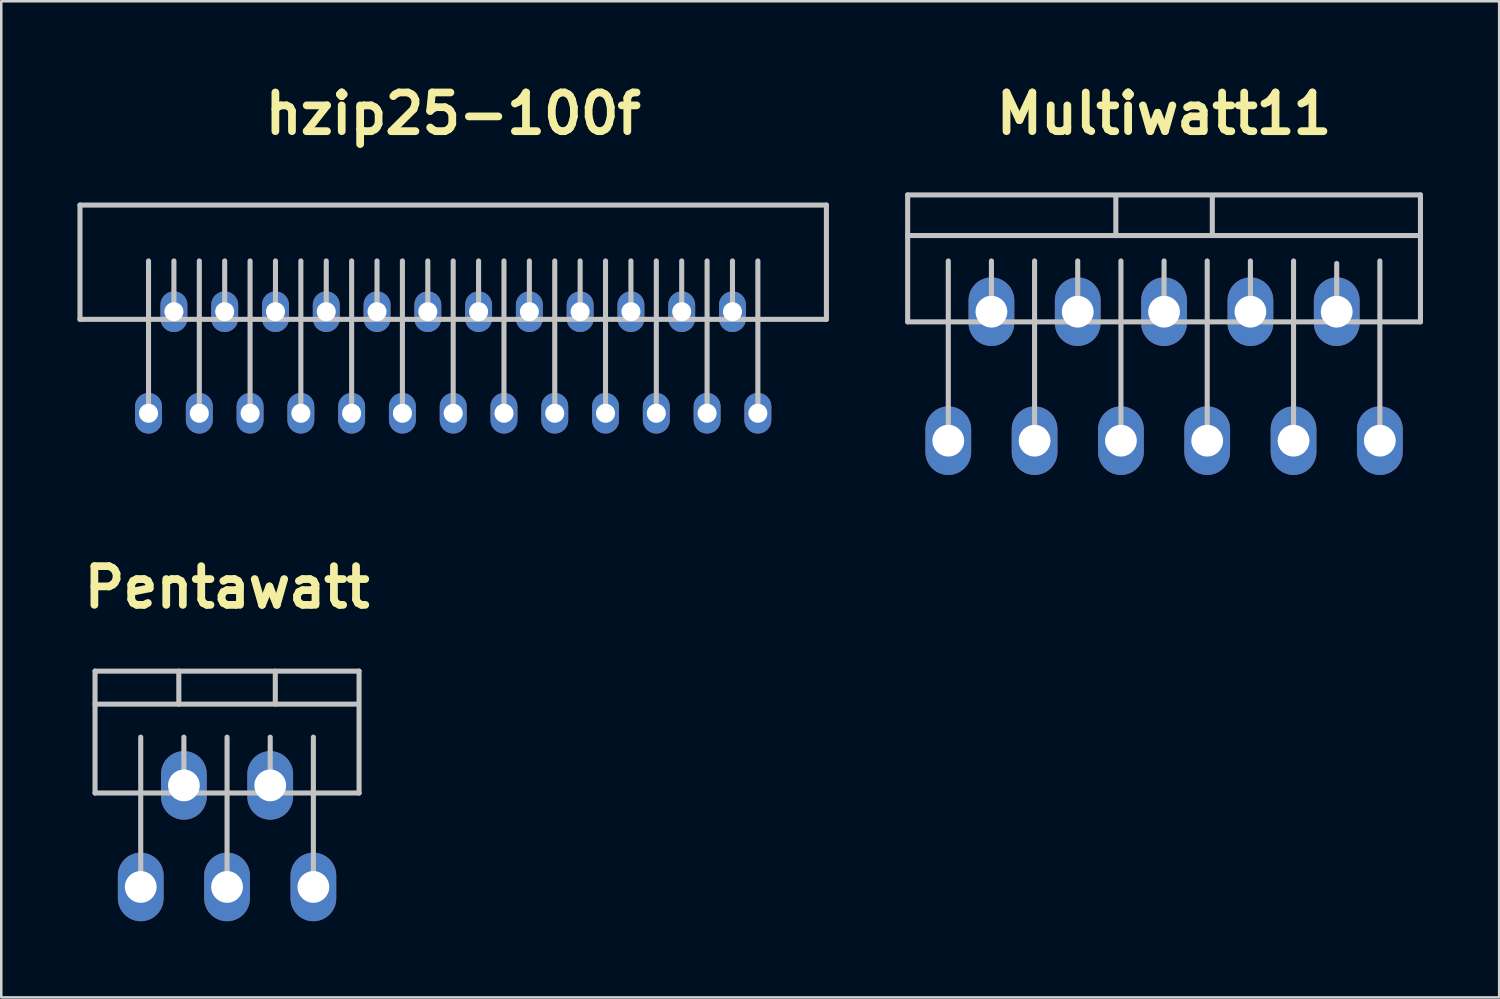
<source format=kicad_pcb>
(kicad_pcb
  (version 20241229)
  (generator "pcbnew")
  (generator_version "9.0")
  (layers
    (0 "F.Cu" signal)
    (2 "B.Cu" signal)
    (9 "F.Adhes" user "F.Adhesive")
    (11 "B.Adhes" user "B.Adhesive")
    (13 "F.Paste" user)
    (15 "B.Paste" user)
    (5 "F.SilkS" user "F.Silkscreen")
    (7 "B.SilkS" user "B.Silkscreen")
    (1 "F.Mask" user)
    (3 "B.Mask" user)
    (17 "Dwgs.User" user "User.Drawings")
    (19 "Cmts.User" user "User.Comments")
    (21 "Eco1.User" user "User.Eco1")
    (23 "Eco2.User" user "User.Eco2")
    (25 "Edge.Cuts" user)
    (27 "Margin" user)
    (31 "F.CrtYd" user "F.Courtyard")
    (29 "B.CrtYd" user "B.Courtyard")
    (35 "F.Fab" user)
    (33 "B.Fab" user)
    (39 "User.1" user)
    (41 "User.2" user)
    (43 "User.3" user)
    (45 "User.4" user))
  (footprint "Multiwatt11"
    (layer "F.Cu")
    (at 42.799 9.227)
    (property "Reference" "Multiwatt11" (at 0 -7.8 0) (layer "F.SilkS") (effects (font (size 1.524 1.524) (thickness 0.305))))
    (attr through_hole)
    (fp_line (start -10.099 -4.6) (end -10.099 0.399) (stroke (width 0.2) (type solid)) (layer "Dwgs.User"))
    (fp_line (start -10.099 0.401) (end 10.099 0.401) (stroke (width 0.2) (type solid)) (layer "Dwgs.User"))
    (fp_line (start -8.499 5.1) (end -8.499 -1.999) (stroke (width 0.2) (type solid)) (layer "Dwgs.User"))
    (fp_line (start -6.8 0) (end -6.8 -1.999) (stroke (width 0.2) (type solid)) (layer "Dwgs.User"))
    (fp_line (start -5.1 5.1) (end -5.1 -1.999) (stroke (width 0.2) (type solid)) (layer "Dwgs.User"))
    (fp_line (start -3.401 0) (end -3.401 -1.999) (stroke (width 0.2) (type solid)) (layer "Dwgs.User"))
    (fp_line (start -1.9 -2.997) (end -1.9 -4.498) (stroke (width 0.2) (type solid)) (layer "Dwgs.User"))
    (fp_line (start -1.699 5.1) (end -1.699 -1.999) (stroke (width 0.2) (type solid)) (layer "Dwgs.User"))
    (fp_line (start 0 0) (end 0 -1.999) (stroke (width 0.2) (type solid)) (layer "Dwgs.User"))
    (fp_line (start 1.699 5.1) (end 1.699 -1.999) (stroke (width 0.2) (type solid)) (layer "Dwgs.User"))
    (fp_line (start 1.9 -4.501) (end 1.9 -3) (stroke (width 0.2) (type solid)) (layer "Dwgs.User"))
    (fp_line (start 3.401 0) (end 3.401 -1.999) (stroke (width 0.2) (type solid)) (layer "Dwgs.User"))
    (fp_line (start 5.1 5.1) (end 5.1 -1.999) (stroke (width 0.2) (type solid)) (layer "Dwgs.User"))
    (fp_line (start 6.8 0) (end 6.8 -1.9) (stroke (width 0.2) (type solid)) (layer "Dwgs.User"))
    (fp_line (start 8.499 5.1) (end 8.499 -1.999) (stroke (width 0.2) (type solid)) (layer "Dwgs.User"))
    (fp_line (start 10.099 -4.6) (end -10.099 -4.6) (stroke (width 0.2) (type solid)) (layer "Dwgs.User"))
    (fp_line (start 10.099 -4.6) (end 10.099 0.399) (stroke (width 0.2) (type solid)) (layer "Dwgs.User"))
    (fp_line (start 10.099 -3) (end -10.099 -3) (stroke (width 0.2) (type solid)) (layer "Dwgs.User"))
    (pad "1" thru_hole oval (at -8.499 5.08) (size 1.801 2.7) (drill 1.25) (layers "*.Cu" "*.Mask"))
    (pad "2" thru_hole oval (at -6.8 0) (size 1.801 2.7) (drill 1.25) (layers "*.Cu" "*.Mask"))
    (pad "3" thru_hole oval (at -5.1 5.08) (size 1.801 2.7) (drill 1.25) (layers "*.Cu" "*.Mask"))
    (pad "4" thru_hole oval (at -3.401 0) (size 1.801 2.7) (drill 1.25) (layers "*.Cu" "*.Mask"))
    (pad "5" thru_hole oval (at -1.699 5.08) (size 1.801 2.7) (drill 1.25) (layers "*.Cu" "*.Mask"))
    (pad "6" thru_hole oval (at 0 0) (size 1.801 2.7) (drill 1.25) (layers "*.Cu" "*.Mask"))
    (pad "7" thru_hole oval (at 1.699 5.08) (size 1.801 2.7) (drill 1.25) (layers "*.Cu" "*.Mask"))
    (pad "8" thru_hole oval (at 3.401 0) (size 1.801 2.7) (drill 1.25) (layers "*.Cu" "*.Mask"))
    (pad "9" thru_hole oval (at 5.1 5.08) (size 1.801 2.7) (drill 1.25) (layers "*.Cu" "*.Mask"))
    (pad "10" thru_hole oval (at 6.8 0) (size 1.801 2.7) (drill 1.25) (layers "*.Cu" "*.Mask"))
    (pad "11" thru_hole oval (at 8.499 5.08) (size 1.801 2.7) (drill 1.25) (layers "*.Cu" "*.Mask")))
  (footprint "hzip25-100f"
    (layer "F.Cu")
    (at 14.8 9.227)
    (property "Reference" "hzip25-100f" (at 0 -7.8 0) (layer "F.SilkS") (effects (font (size 1.524 1.524) (thickness 0.305))))
    (attr through_hole)
    (fp_line (start -14.7 -4.2) (end -14.7 0.3) (stroke (width 0.2) (type solid)) (layer "Dwgs.User"))
    (fp_line (start -14.7 -4.2) (end 14.7 -4.2) (stroke (width 0.2) (type solid)) (layer "Dwgs.User"))
    (fp_line (start -14.7 0.3) (end 14.7 0.3) (stroke (width 0.2) (type solid)) (layer "Dwgs.User"))
    (fp_line (start -12 4) (end -12 -2) (stroke (width 0.2) (type solid)) (layer "Dwgs.User"))
    (fp_line (start -11 0) (end -11 -2) (stroke (width 0.2) (type solid)) (layer "Dwgs.User"))
    (fp_line (start -10 4) (end -10 -2) (stroke (width 0.2) (type solid)) (layer "Dwgs.User"))
    (fp_line (start -9 0) (end -9 -2) (stroke (width 0.2) (type solid)) (layer "Dwgs.User"))
    (fp_line (start -8 4) (end -8 -2) (stroke (width 0.2) (type solid)) (layer "Dwgs.User"))
    (fp_line (start -7 0) (end -7 -2) (stroke (width 0.2) (type solid)) (layer "Dwgs.User"))
    (fp_line (start -6 4) (end -6 -2) (stroke (width 0.2) (type solid)) (layer "Dwgs.User"))
    (fp_line (start -5 0) (end -5 -2) (stroke (width 0.2) (type solid)) (layer "Dwgs.User"))
    (fp_line (start -4 4) (end -4 -2) (stroke (width 0.2) (type solid)) (layer "Dwgs.User"))
    (fp_line (start -3 0) (end -3 -2) (stroke (width 0.2) (type solid)) (layer "Dwgs.User"))
    (fp_line (start -2 4) (end -2 -2) (stroke (width 0.2) (type solid)) (layer "Dwgs.User"))
    (fp_line (start -1 0) (end -1 -2) (stroke (width 0.2) (type solid)) (layer "Dwgs.User"))
    (fp_line (start 0 4) (end 0 -2) (stroke (width 0.2) (type solid)) (layer "Dwgs.User"))
    (fp_line (start 1 0) (end 1 -2) (stroke (width 0.2) (type solid)) (layer "Dwgs.User"))
    (fp_line (start 2 4) (end 2 -2) (stroke (width 0.2) (type solid)) (layer "Dwgs.User"))
    (fp_line (start 3 0) (end 3 -2) (stroke (width 0.2) (type solid)) (layer "Dwgs.User"))
    (fp_line (start 4 4) (end 4 -2) (stroke (width 0.2) (type solid)) (layer "Dwgs.User"))
    (fp_line (start 5 0) (end 5 -2) (stroke (width 0.2) (type solid)) (layer "Dwgs.User"))
    (fp_line (start 6 4) (end 6 -2) (stroke (width 0.2) (type solid)) (layer "Dwgs.User"))
    (fp_line (start 7 0) (end 7 -2) (stroke (width 0.2) (type solid)) (layer "Dwgs.User"))
    (fp_line (start 8 4) (end 8 -2) (stroke (width 0.2) (type solid)) (layer "Dwgs.User"))
    (fp_line (start 9 0) (end 9 -2) (stroke (width 0.2) (type solid)) (layer "Dwgs.User"))
    (fp_line (start 10 4) (end 10 -2) (stroke (width 0.2) (type solid)) (layer "Dwgs.User"))
    (fp_line (start 11 0) (end 11 -2) (stroke (width 0.2) (type solid)) (layer "Dwgs.User"))
    (fp_line (start 12 4) (end 12 -2) (stroke (width 0.2) (type solid)) (layer "Dwgs.User"))
    (fp_line (start 14.7 -4.2) (end 14.7 0.3) (stroke (width 0.2) (type solid)) (layer "Dwgs.User"))
    (pad "1" thru_hole oval (at -12 4) (size 1.06 1.6) (drill 0.75) (layers "*.Cu" "*.Mask"))
    (pad "2" thru_hole oval (at -11 0) (size 1.06 1.6) (drill 0.75) (layers "*.Cu" "*.Mask"))
    (pad "3" thru_hole oval (at -10 4) (size 1.06 1.6) (drill 0.75) (layers "*.Cu" "*.Mask"))
    (pad "4" thru_hole oval (at -9 0) (size 1.06 1.6) (drill 0.75) (layers "*.Cu" "*.Mask"))
    (pad "5" thru_hole oval (at -8 4) (size 1.06 1.6) (drill 0.75) (layers "*.Cu" "*.Mask"))
    (pad "6" thru_hole oval (at -7 0) (size 1.06 1.6) (drill 0.75) (layers "*.Cu" "*.Mask"))
    (pad "7" thru_hole oval (at -6 4) (size 1.06 1.6) (drill 0.75) (layers "*.Cu" "*.Mask"))
    (pad "8" thru_hole oval (at -5 0) (size 1.06 1.6) (drill 0.75) (layers "*.Cu" "*.Mask"))
    (pad "9" thru_hole oval (at -4 4) (size 1.06 1.6) (drill 0.75) (layers "*.Cu" "*.Mask"))
    (pad "10" thru_hole oval (at -3 0) (size 1.06 1.6) (drill 0.75) (layers "*.Cu" "*.Mask"))
    (pad "11" thru_hole oval (at -2 4) (size 1.06 1.6) (drill 0.75) (layers "*.Cu" "*.Mask"))
    (pad "12" thru_hole oval (at -1 0) (size 1.06 1.6) (drill 0.75) (layers "*.Cu" "*.Mask"))
    (pad "13" thru_hole oval (at 0 4) (size 1.06 1.6) (drill 0.75) (layers "*.Cu" "*.Mask"))
    (pad "14" thru_hole oval (at 1 0) (size 1.06 1.6) (drill 0.75) (layers "*.Cu" "*.Mask"))
    (pad "15" thru_hole oval (at 2 4) (size 1.06 1.6) (drill 0.75) (layers "*.Cu" "*.Mask"))
    (pad "16" thru_hole oval (at 3 0) (size 1.06 1.6) (drill 0.75) (layers "*.Cu" "*.Mask"))
    (pad "17" thru_hole oval (at 4 4) (size 1.06 1.6) (drill 0.75) (layers "*.Cu" "*.Mask"))
    (pad "18" thru_hole oval (at 5 0) (size 1.06 1.6) (drill 0.75) (layers "*.Cu" "*.Mask"))
    (pad "19" thru_hole oval (at 6 4) (size 1.06 1.6) (drill 0.75) (layers "*.Cu" "*.Mask"))
    (pad "20" thru_hole oval (at 7 0) (size 1.06 1.6) (drill 0.75) (layers "*.Cu" "*.Mask"))
    (pad "21" thru_hole oval (at 8 4) (size 1.06 1.6) (drill 0.75) (layers "*.Cu" "*.Mask"))
    (pad "22" thru_hole oval (at 9 0) (size 1.06 1.6) (drill 0.75) (layers "*.Cu" "*.Mask"))
    (pad "23" thru_hole oval (at 10 4) (size 1.06 1.6) (drill 0.75) (layers "*.Cu" "*.Mask"))
    (pad "24" thru_hole oval (at 11 0) (size 1.06 1.6) (drill 0.75) (layers "*.Cu" "*.Mask"))
    (pad "25" thru_hole oval (at 12 4) (size 1.06 1.6) (drill 0.75) (layers "*.Cu" "*.Mask")))
  (footprint "Pentawatt"
    (layer "F.Cu")
    (at 5.893 27.884)
    (property "Reference" "Pentawatt" (at 0 -7.8 0) (layer "F.SilkS") (effects (font (size 1.524 1.524) (thickness 0.305))))
    (attr through_hole)
    (fp_line (start -5.2 -4.5) (end 5.2 -4.5) (stroke (width 0.2) (type solid)) (layer "Dwgs.User"))
    (fp_line (start -5.2 -3.2) (end 5.1 -3.2) (stroke (width 0.2) (type solid)) (layer "Dwgs.User"))
    (fp_line (start -5.2 0.3) (end -5.2 -4.5) (stroke (width 0.2) (type solid)) (layer "Dwgs.User"))
    (fp_line (start -3.4 -1.9) (end -3.4 4) (stroke (width 0.2) (type solid)) (layer "Dwgs.User"))
    (fp_line (start -1.9 -3.2) (end -1.9 -4.5) (stroke (width 0.2) (type solid)) (layer "Dwgs.User"))
    (fp_line (start -1.7 -1.9) (end -1.7 0) (stroke (width 0.2) (type solid)) (layer "Dwgs.User"))
    (fp_line (start 0 -1.9) (end 0 4) (stroke (width 0.2) (type solid)) (layer "Dwgs.User"))
    (fp_line (start 1.7 -1.9) (end 1.7 0) (stroke (width 0.2) (type solid)) (layer "Dwgs.User"))
    (fp_line (start 1.9 -4.5) (end 1.9 -3.2) (stroke (width 0.2) (type solid)) (layer "Dwgs.User"))
    (fp_line (start 3.4 -1.9) (end 3.4 4) (stroke (width 0.2) (type solid)) (layer "Dwgs.User"))
    (fp_line (start 5.2 -4.5) (end 5.2 0.3) (stroke (width 0.2) (type solid)) (layer "Dwgs.User"))
    (fp_line (start 5.2 0.3) (end -5.2 0.3) (stroke (width 0.2) (type solid)) (layer "Dwgs.User"))
    (pad "1" thru_hole oval (at 3.4 4) (size 1.801 2.7) (drill 1.25) (layers "*.Cu" "*.Mask"))
    (pad "2" thru_hole oval (at 1.7 0) (size 1.801 2.7) (drill 1.25) (layers "*.Cu" "*.Mask"))
    (pad "3" thru_hole oval (at 0 4) (size 1.801 2.7) (drill 1.25) (layers "*.Cu" "*.Mask"))
    (pad "4" thru_hole oval (at -1.7 0) (size 1.801 2.7) (drill 1.25) (layers "*.Cu" "*.Mask"))
    (pad "5" thru_hole oval (at -3.4 4) (size 1.801 2.7) (drill 1.25) (layers "*.Cu" "*.Mask")))
  (gr_rect
    (start -3 -3)
    (end 55.998 36.234)
    (stroke (width 0.1) (type default))
    (fill no)
    (layer "Edge.Cuts")))
</source>
